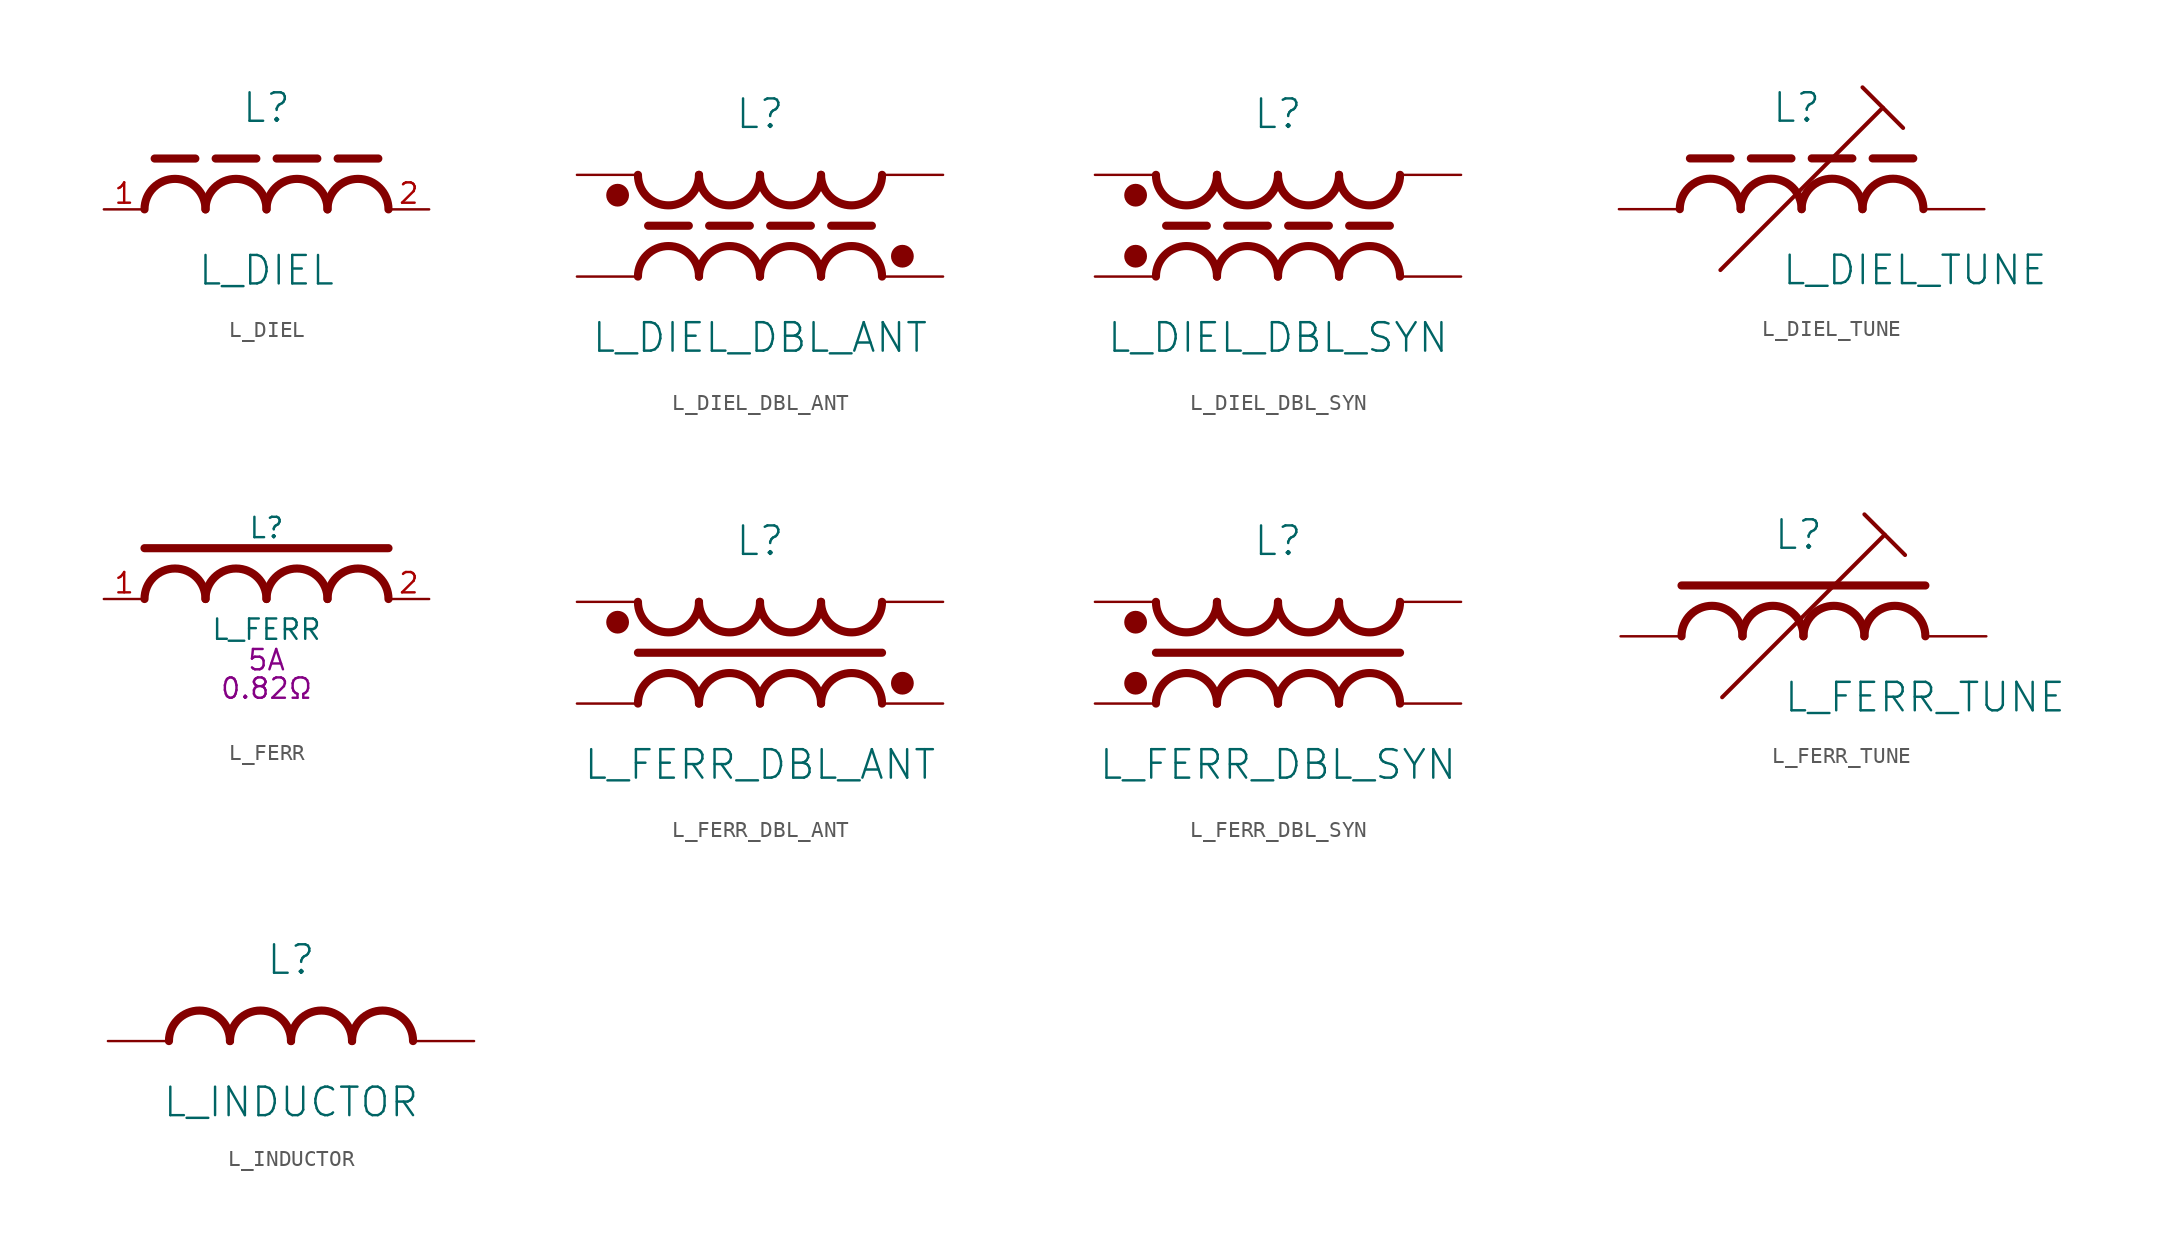
<source format=kicad_sym>
(kicad_symbol_lib
  (version 20211014)
  (generator kicad_symbol_editor)
  (symbol "L_DIEL"
    (pin_names
      (offset 0))
    (property "Reference" "L"
      (at 0 6.35 0)
      (effects (font (size 1.778 1.778))))
    (property "Value" "L_DIEL"
      (at 0 -3.81 0)
      (effects (font (size 1.778 1.778))))
    (symbol "L_DIEL_0_1"
      (arc (start -3.81 0) (mid -5.715 1.905) (end -7.62 0) (stroke (width 0.508) (type default) (color 0 0 0 0)) (fill (type none)))
      (arc (start 0 0) (mid -1.905 1.905) (end -3.81 0) (stroke (width 0.508) (type default) (color 0 0 0 0)) (fill (type none)))
      (polyline (pts (xy -6.985 3.175) (xy -4.445 3.175)) (stroke (width 0.508) (type default) (color 0 0 0 0)) (fill (type none)))
      (polyline (pts (xy -3.175 3.175) (xy -0.635 3.175)) (stroke (width 0.508) (type default) (color 0 0 0 0)) (fill (type none)))
      (polyline (pts (xy 0.635 3.175) (xy 3.175 3.175)) (stroke (width 0.508) (type default) (color 0 0 0 0)) (fill (type none)))
      (polyline (pts (xy 4.445 3.175) (xy 6.985 3.175)) (stroke (width 0.508) (type default) (color 0 0 0 0)) (fill (type none)))
      (arc (start 3.81 0) (mid 1.905 1.905) (end 0 0) (stroke (width 0.508) (type default) (color 0 0 0 0)) (fill (type none)))
      (arc (start 7.62 0) (mid 5.715 1.905) (end 3.81 0) (stroke (width 0.508) (type default) (color 0 0 0 0)) (fill (type none))))
    (symbol "L_DIEL_1_1"
      (pin passive line (at -10.16 0 0) (length 2.54) (name "~" (effects (font (size 1.27 1.27)))) (number "1" (effects (font (size 1.27 1.27)))))
      (pin passive line (at 10.16 0 180) (length 2.54) (name "~" (effects (font (size 1.27 1.27)))) (number "2" (effects (font (size 1.27 1.27)))))))
  (symbol "L_DIEL_DBL_ANT"
    (pin_names
      (offset 0))
    (property "Reference" "L"
      (at 0 7.62 0)
      (effects (font (size 1.778 1.778))))
    (property "Value" "L_DIEL_DBL_ANT"
      (at 0 -6.35 0)
      (effects (font (size 1.778 1.778))))
    (symbol "L_DIEL_DBL_ANT_0_1"
      (circle (center -8.89 2.54) (radius 0.635) (stroke (width 0) (type default) (color 0 0 0 0)) (fill (type outline)))
      (arc (start -7.62 3.81) (mid -5.715 1.905) (end -3.81 3.81) (stroke (width 0.508) (type default) (color 0 0 0 0)) (fill (type none)))
      (arc (start -3.81 -2.54) (mid -5.715 -0.635) (end -7.62 -2.54) (stroke (width 0.508) (type default) (color 0 0 0 0)) (fill (type none)))
      (arc (start -3.81 3.81) (mid -1.905 1.905) (end 0 3.81) (stroke (width 0.508) (type default) (color 0 0 0 0)) (fill (type none)))
      (arc (start 0 -2.54) (mid -1.905 -0.635) (end -3.81 -2.54) (stroke (width 0.508) (type default) (color 0 0 0 0)) (fill (type none)))
      (polyline (pts (xy -11.43 -2.54) (xy -7.62 -2.54)) (stroke (width 0) (type default) (color 0 0 0 0)) (fill (type none)))
      (polyline (pts (xy -11.43 3.81) (xy -7.62 3.81)) (stroke (width 0) (type default) (color 0 0 0 0)) (fill (type none)))
      (polyline (pts (xy -6.985 0.635) (xy -4.445 0.635)) (stroke (width 0.508) (type default) (color 0 0 0 0)) (fill (type none)))
      (polyline (pts (xy -3.175 0.635) (xy -0.635 0.635)) (stroke (width 0.508) (type default) (color 0 0 0 0)) (fill (type none)))
      (polyline (pts (xy 0.635 0.635) (xy 3.175 0.635)) (stroke (width 0.508) (type default) (color 0 0 0 0)) (fill (type none)))
      (polyline (pts (xy 4.445 0.635) (xy 6.985 0.635)) (stroke (width 0.508) (type default) (color 0 0 0 0)) (fill (type none)))
      (polyline (pts (xy 7.62 -2.54) (xy 11.43 -2.54)) (stroke (width 0) (type default) (color 0 0 0 0)) (fill (type none)))
      (polyline (pts (xy 7.62 3.81) (xy 11.43 3.81)) (stroke (width 0) (type default) (color 0 0 0 0)) (fill (type none)))
      (arc (start 0 3.81) (mid 1.905 1.905) (end 3.81 3.81) (stroke (width 0.508) (type default) (color 0 0 0 0)) (fill (type none)))
      (arc (start 3.81 -2.54) (mid 1.905 -0.635) (end 0 -2.54) (stroke (width 0.508) (type default) (color 0 0 0 0)) (fill (type none)))
      (arc (start 3.81 3.81) (mid 5.715 1.905) (end 7.62 3.81) (stroke (width 0.508) (type default) (color 0 0 0 0)) (fill (type none)))
      (arc (start 7.62 -2.54) (mid 5.715 -0.635) (end 3.81 -2.54) (stroke (width 0.508) (type default) (color 0 0 0 0)) (fill (type none)))
      (circle (center 8.89 -1.27) (radius 0.635) (stroke (width 0) (type default) (color 0 0 0 0)) (fill (type outline))))
    (symbol "L_DIEL_DBL_ANT_1_1"
      (pin passive line (at -11.43 3.81 0) (length 2.54) hide (name "~" (effects (font (size 1.27 1.27)))) (number "1" (effects (font (size 1.27 1.27)))))
      (pin passive line (at 11.43 3.81 180) (length 2.54) hide (name "~" (effects (font (size 1.27 1.27)))) (number "2" (effects (font (size 1.27 1.27)))))
      (pin passive line (at -11.43 -2.54 0) (length 2.54) hide (name "~" (effects (font (size 1.27 1.27)))) (number "3" (effects (font (size 1.27 1.27)))))
      (pin passive line (at 11.43 -2.54 180) (length 2.54) hide (name "~" (effects (font (size 1.27 1.27)))) (number "4" (effects (font (size 1.27 1.27)))))))
  (symbol "L_DIEL_DBL_SYN"
    (pin_names
      (offset 0))
    (property "Reference" "L"
      (at 0 7.62 0)
      (effects (font (size 1.778 1.778))))
    (property "Value" "L_DIEL_DBL_SYN"
      (at 0 -6.35 0)
      (effects (font (size 1.778 1.778))))
    (symbol "L_DIEL_DBL_SYN_0_1"
      (circle (center -8.89 -1.27) (radius 0.635) (stroke (width 0) (type default) (color 0 0 0 0)) (fill (type outline)))
      (circle (center -8.89 2.54) (radius 0.635) (stroke (width 0) (type default) (color 0 0 0 0)) (fill (type outline)))
      (arc (start -7.62 3.81) (mid -5.715 1.905) (end -3.81 3.81) (stroke (width 0.508) (type default) (color 0 0 0 0)) (fill (type none)))
      (arc (start -3.81 -2.54) (mid -5.715 -0.635) (end -7.62 -2.54) (stroke (width 0.508) (type default) (color 0 0 0 0)) (fill (type none)))
      (arc (start -3.81 3.81) (mid -1.905 1.905) (end 0 3.81) (stroke (width 0.508) (type default) (color 0 0 0 0)) (fill (type none)))
      (arc (start 0 -2.54) (mid -1.905 -0.635) (end -3.81 -2.54) (stroke (width 0.508) (type default) (color 0 0 0 0)) (fill (type none)))
      (polyline (pts (xy -11.43 -2.54) (xy -7.62 -2.54)) (stroke (width 0) (type default) (color 0 0 0 0)) (fill (type none)))
      (polyline (pts (xy -11.43 3.81) (xy -7.62 3.81)) (stroke (width 0) (type default) (color 0 0 0 0)) (fill (type none)))
      (polyline (pts (xy -6.985 0.635) (xy -4.445 0.635)) (stroke (width 0.508) (type default) (color 0 0 0 0)) (fill (type none)))
      (polyline (pts (xy -3.175 0.635) (xy -0.635 0.635)) (stroke (width 0.508) (type default) (color 0 0 0 0)) (fill (type none)))
      (polyline (pts (xy 0.635 0.635) (xy 3.175 0.635)) (stroke (width 0.508) (type default) (color 0 0 0 0)) (fill (type none)))
      (polyline (pts (xy 4.445 0.635) (xy 6.985 0.635)) (stroke (width 0.508) (type default) (color 0 0 0 0)) (fill (type none)))
      (polyline (pts (xy 7.62 -2.54) (xy 11.43 -2.54)) (stroke (width 0) (type default) (color 0 0 0 0)) (fill (type none)))
      (polyline (pts (xy 7.62 3.81) (xy 11.43 3.81)) (stroke (width 0) (type default) (color 0 0 0 0)) (fill (type none)))
      (arc (start 0 3.81) (mid 1.905 1.905) (end 3.81 3.81) (stroke (width 0.508) (type default) (color 0 0 0 0)) (fill (type none)))
      (arc (start 3.81 -2.54) (mid 1.905 -0.635) (end 0 -2.54) (stroke (width 0.508) (type default) (color 0 0 0 0)) (fill (type none)))
      (arc (start 3.81 3.81) (mid 5.715 1.905) (end 7.62 3.81) (stroke (width 0.508) (type default) (color 0 0 0 0)) (fill (type none)))
      (arc (start 7.62 -2.54) (mid 5.715 -0.635) (end 3.81 -2.54) (stroke (width 0.508) (type default) (color 0 0 0 0)) (fill (type none))))
    (symbol "L_DIEL_DBL_SYN_1_1"
      (pin passive line (at -11.43 3.81 0) (length 2.54) hide (name "~" (effects (font (size 1.27 1.27)))) (number "1" (effects (font (size 1.27 1.27)))))
      (pin passive line (at 11.43 3.81 180) (length 2.54) hide (name "~" (effects (font (size 1.27 1.27)))) (number "2" (effects (font (size 1.27 1.27)))))
      (pin passive line (at -11.43 -2.54 0) (length 2.54) hide (name "~" (effects (font (size 1.27 1.27)))) (number "3" (effects (font (size 1.27 1.27)))))
      (pin passive line (at 11.43 -2.54 180) (length 2.54) hide (name "~" (effects (font (size 1.27 1.27)))) (number "4" (effects (font (size 1.27 1.27)))))))
  (symbol "L_DIEL_TUNE"
    (pin_names
      (offset 0))
    (property "Reference" "L"
      (at 1.27 6.35 0)
      (effects (font (size 1.778 1.778)) (justify right)))
    (property "Value" "L_DIEL_TUNE"
      (at -1.27 -3.81 0)
      (effects (font (size 1.778 1.778)) (justify left)))
    (symbol "L_DIEL_TUNE_0_1"
      (arc (start -3.81 0) (mid -5.715 1.905) (end -7.62 0) (stroke (width 0.508) (type default) (color 0 0 0 0)) (fill (type none)))
      (arc (start 0 0) (mid -1.905 1.905) (end -3.81 0) (stroke (width 0.508) (type default) (color 0 0 0 0)) (fill (type none)))
      (polyline (pts (xy -11.43 0) (xy -7.62 0)) (stroke (width 0) (type default) (color 0 0 0 0)) (fill (type none)))
      (polyline (pts (xy -6.985 3.175) (xy -4.445 3.175)) (stroke (width 0.508) (type default) (color 0 0 0 0)) (fill (type none)))
      (polyline (pts (xy -3.175 3.175) (xy -0.635 3.175)) (stroke (width 0.508) (type default) (color 0 0 0 0)) (fill (type none)))
      (polyline (pts (xy 0.635 3.175) (xy 3.175 3.175)) (stroke (width 0.508) (type default) (color 0 0 0 0)) (fill (type none)))
      (polyline (pts (xy 3.81 7.62) (xy 6.35 5.08)) (stroke (width 0.254) (type default) (color 0 0 0 0)) (fill (type none)))
      (polyline (pts (xy 4.445 3.175) (xy 6.985 3.175)) (stroke (width 0.508) (type default) (color 0 0 0 0)) (fill (type none)))
      (polyline (pts (xy 5.08 6.35) (xy -5.08 -3.81)) (stroke (width 0.254) (type default) (color 0 0 0 0)) (fill (type none)))
      (polyline (pts (xy 7.62 0) (xy 11.43 0)) (stroke (width 0) (type default) (color 0 0 0 0)) (fill (type none)))
      (arc (start 3.81 0) (mid 1.905 1.905) (end 0 0) (stroke (width 0.508) (type default) (color 0 0 0 0)) (fill (type none)))
      (arc (start 7.62 0) (mid 5.715 1.905) (end 3.81 0) (stroke (width 0.508) (type default) (color 0 0 0 0)) (fill (type none))))
    (symbol "L_DIEL_TUNE_1_1"
      (pin passive line (at -11.43 0 0) (length 2.54) hide (name "~" (effects (font (size 1.27 1.27)))) (number "1" (effects (font (size 1.27 1.27)))))
      (pin passive line (at 11.43 0 180) (length 2.54) hide (name "~" (effects (font (size 1.27 1.27)))) (number "2" (effects (font (size 1.27 1.27)))))))
  (symbol "L_FERR"
    (pin_names
      (offset 0))
    (property "Reference" "L"
      (at 0 4.445 0)
      (effects (font (size 1.27 1.27))))
    (property "Value" "L_FERR"
      (at 0 -1.905 0)
      (effects (font (size 1.27 1.27))))
    (property "Current" "5A"
      (at 0 -3.81 0)
      (effects (font (size 1.27 1.27))))
    (property "Resistance" "0.82Ω"
      (at 0 -5.588 0)
      (effects (font (size 1.27 1.27))))
    (property "Case/Package" ""
      (at 0 -7.112 0)
      (effects (font (size 1.27 1.27))))
    (property "MPN" ""
      (at 0 0 0)
      (effects (font (size 1.27 1.27))))
    (property "Assembly" ""
      (at 0 -5.715 0)
      (effects (font (size 1.27 1.27))))
    (symbol "L_FERR_0_1"
      (arc (start -3.81 0) (mid -5.715 1.905) (end -7.62 0) (stroke (width 0.508) (type default) (color 0 0 0 0)) (fill (type none)))
      (arc (start 0 0) (mid -1.905 1.905) (end -3.81 0) (stroke (width 0.508) (type default) (color 0 0 0 0)) (fill (type none)))
      (polyline (pts (xy -7.62 3.175) (xy 7.62 3.175)) (stroke (width 0.508) (type default) (color 0 0 0 0)) (fill (type none)))
      (arc (start 3.81 0) (mid 1.905 1.905) (end 0 0) (stroke (width 0.508) (type default) (color 0 0 0 0)) (fill (type none)))
      (arc (start 7.62 0) (mid 5.715 1.905) (end 3.81 0) (stroke (width 0.508) (type default) (color 0 0 0 0)) (fill (type none))))
    (symbol "L_FERR_1_1"
      (pin passive line (at -10.16 0 0) (length 2.54) (name "~" (effects (font (size 1.27 1.27)))) (number "1" (effects (font (size 1.27 1.27)))))
      (pin passive line (at 10.16 0 180) (length 2.54) (name "~" (effects (font (size 1.27 1.27)))) (number "2" (effects (font (size 1.27 1.27)))))))
  (symbol "L_FERR_DBL_ANT"
    (pin_names
      (offset 0))
    (property "Reference" "L"
      (at 0 7.62 0)
      (effects (font (size 1.778 1.778))))
    (property "Value" "L_FERR_DBL_ANT"
      (at 0 -6.35 0)
      (effects (font (size 1.778 1.778))))
    (symbol "L_FERR_DBL_ANT_0_1"
      (circle (center -8.89 2.54) (radius 0.635) (stroke (width 0) (type default) (color 0 0 0 0)) (fill (type outline)))
      (arc (start -7.62 3.81) (mid -5.715 1.905) (end -3.81 3.81) (stroke (width 0.508) (type default) (color 0 0 0 0)) (fill (type none)))
      (arc (start -3.81 -2.54) (mid -5.715 -0.635) (end -7.62 -2.54) (stroke (width 0.508) (type default) (color 0 0 0 0)) (fill (type none)))
      (arc (start -3.81 3.81) (mid -1.905 1.905) (end 0 3.81) (stroke (width 0.508) (type default) (color 0 0 0 0)) (fill (type none)))
      (arc (start 0 -2.54) (mid -1.905 -0.635) (end -3.81 -2.54) (stroke (width 0.508) (type default) (color 0 0 0 0)) (fill (type none)))
      (polyline (pts (xy -11.43 -2.54) (xy -7.62 -2.54)) (stroke (width 0) (type default) (color 0 0 0 0)) (fill (type none)))
      (polyline (pts (xy -11.43 3.81) (xy -7.62 3.81)) (stroke (width 0) (type default) (color 0 0 0 0)) (fill (type none)))
      (polyline (pts (xy -7.62 0.635) (xy 7.62 0.635)) (stroke (width 0.508) (type default) (color 0 0 0 0)) (fill (type none)))
      (polyline (pts (xy 7.62 -2.54) (xy 11.43 -2.54)) (stroke (width 0) (type default) (color 0 0 0 0)) (fill (type none)))
      (polyline (pts (xy 7.62 3.81) (xy 11.43 3.81)) (stroke (width 0) (type default) (color 0 0 0 0)) (fill (type none)))
      (arc (start 0 3.81) (mid 1.905 1.905) (end 3.81 3.81) (stroke (width 0.508) (type default) (color 0 0 0 0)) (fill (type none)))
      (arc (start 3.81 -2.54) (mid 1.905 -0.635) (end 0 -2.54) (stroke (width 0.508) (type default) (color 0 0 0 0)) (fill (type none)))
      (arc (start 3.81 3.81) (mid 5.715 1.905) (end 7.62 3.81) (stroke (width 0.508) (type default) (color 0 0 0 0)) (fill (type none)))
      (arc (start 7.62 -2.54) (mid 5.715 -0.635) (end 3.81 -2.54) (stroke (width 0.508) (type default) (color 0 0 0 0)) (fill (type none)))
      (circle (center 8.89 -1.27) (radius 0.635) (stroke (width 0) (type default) (color 0 0 0 0)) (fill (type outline))))
    (symbol "L_FERR_DBL_ANT_1_1"
      (pin passive line (at -11.43 3.81 0) (length 2.54) hide (name "~" (effects (font (size 1.27 1.27)))) (number "1" (effects (font (size 1.27 1.27)))))
      (pin passive line (at 11.43 3.81 180) (length 2.54) hide (name "~" (effects (font (size 1.27 1.27)))) (number "2" (effects (font (size 1.27 1.27)))))
      (pin passive line (at -11.43 -2.54 0) (length 2.54) hide (name "~" (effects (font (size 1.27 1.27)))) (number "3" (effects (font (size 1.27 1.27)))))
      (pin passive line (at 11.43 -2.54 180) (length 2.54) hide (name "~" (effects (font (size 1.27 1.27)))) (number "4" (effects (font (size 1.27 1.27)))))))
  (symbol "L_FERR_DBL_SYN"
    (pin_names
      (offset 0))
    (property "Reference" "L"
      (at 0 7.62 0)
      (effects (font (size 1.778 1.778))))
    (property "Value" "L_FERR_DBL_SYN"
      (at 0 -6.35 0)
      (effects (font (size 1.778 1.778))))
    (symbol "L_FERR_DBL_SYN_0_1"
      (circle (center -8.89 -1.27) (radius 0.635) (stroke (width 0) (type default) (color 0 0 0 0)) (fill (type outline)))
      (circle (center -8.89 2.54) (radius 0.635) (stroke (width 0) (type default) (color 0 0 0 0)) (fill (type outline)))
      (arc (start -7.62 3.81) (mid -5.715 1.905) (end -3.81 3.81) (stroke (width 0.508) (type default) (color 0 0 0 0)) (fill (type none)))
      (arc (start -3.81 -2.54) (mid -5.715 -0.635) (end -7.62 -2.54) (stroke (width 0.508) (type default) (color 0 0 0 0)) (fill (type none)))
      (arc (start -3.81 3.81) (mid -1.905 1.905) (end 0 3.81) (stroke (width 0.508) (type default) (color 0 0 0 0)) (fill (type none)))
      (arc (start 0 -2.54) (mid -1.905 -0.635) (end -3.81 -2.54) (stroke (width 0.508) (type default) (color 0 0 0 0)) (fill (type none)))
      (polyline (pts (xy -11.43 -2.54) (xy -7.62 -2.54)) (stroke (width 0) (type default) (color 0 0 0 0)) (fill (type none)))
      (polyline (pts (xy -11.43 3.81) (xy -7.62 3.81)) (stroke (width 0) (type default) (color 0 0 0 0)) (fill (type none)))
      (polyline (pts (xy -7.62 0.635) (xy 7.62 0.635)) (stroke (width 0.508) (type default) (color 0 0 0 0)) (fill (type none)))
      (polyline (pts (xy 7.62 -2.54) (xy 11.43 -2.54)) (stroke (width 0) (type default) (color 0 0 0 0)) (fill (type none)))
      (polyline (pts (xy 7.62 3.81) (xy 11.43 3.81)) (stroke (width 0) (type default) (color 0 0 0 0)) (fill (type none)))
      (arc (start 0 3.81) (mid 1.905 1.905) (end 3.81 3.81) (stroke (width 0.508) (type default) (color 0 0 0 0)) (fill (type none)))
      (arc (start 3.81 -2.54) (mid 1.905 -0.635) (end 0 -2.54) (stroke (width 0.508) (type default) (color 0 0 0 0)) (fill (type none)))
      (arc (start 3.81 3.81) (mid 5.715 1.905) (end 7.62 3.81) (stroke (width 0.508) (type default) (color 0 0 0 0)) (fill (type none)))
      (arc (start 7.62 -2.54) (mid 5.715 -0.635) (end 3.81 -2.54) (stroke (width 0.508) (type default) (color 0 0 0 0)) (fill (type none))))
    (symbol "L_FERR_DBL_SYN_1_1"
      (pin passive line (at -11.43 3.81 0) (length 2.54) hide (name "~" (effects (font (size 1.27 1.27)))) (number "1" (effects (font (size 1.27 1.27)))))
      (pin passive line (at 11.43 3.81 180) (length 2.54) hide (name "~" (effects (font (size 1.27 1.27)))) (number "2" (effects (font (size 1.27 1.27)))))
      (pin passive line (at -11.43 -2.54 0) (length 2.54) hide (name "~" (effects (font (size 1.27 1.27)))) (number "3" (effects (font (size 1.27 1.27)))))
      (pin passive line (at 11.43 -2.54 180) (length 2.54) hide (name "~" (effects (font (size 1.27 1.27)))) (number "4" (effects (font (size 1.27 1.27)))))))
  (symbol "L_FERR_TUNE"
    (pin_names
      (offset 0))
    (property "Reference" "L"
      (at 1.27 6.35 0)
      (effects (font (size 1.778 1.778)) (justify right)))
    (property "Value" "L_FERR_TUNE"
      (at -1.27 -3.81 0)
      (effects (font (size 1.778 1.778)) (justify left)))
    (symbol "L_FERR_TUNE_0_1"
      (arc (start -3.81 0) (mid -5.715 1.905) (end -7.62 0) (stroke (width 0.508) (type default) (color 0 0 0 0)) (fill (type none)))
      (arc (start 0 0) (mid -1.905 1.905) (end -3.81 0) (stroke (width 0.508) (type default) (color 0 0 0 0)) (fill (type none)))
      (polyline (pts (xy -11.43 0) (xy -7.62 0)) (stroke (width 0) (type default) (color 0 0 0 0)) (fill (type none)))
      (polyline (pts (xy -7.62 3.175) (xy 7.62 3.175)) (stroke (width 0.508) (type default) (color 0 0 0 0)) (fill (type none)))
      (polyline (pts (xy 3.81 7.62) (xy 6.35 5.08)) (stroke (width 0.254) (type default) (color 0 0 0 0)) (fill (type none)))
      (polyline (pts (xy 5.08 6.35) (xy -5.08 -3.81)) (stroke (width 0.254) (type default) (color 0 0 0 0)) (fill (type none)))
      (polyline (pts (xy 7.62 0) (xy 11.43 0)) (stroke (width 0) (type default) (color 0 0 0 0)) (fill (type none)))
      (arc (start 3.81 0) (mid 1.905 1.905) (end 0 0) (stroke (width 0.508) (type default) (color 0 0 0 0)) (fill (type none)))
      (arc (start 7.62 0) (mid 5.715 1.905) (end 3.81 0) (stroke (width 0.508) (type default) (color 0 0 0 0)) (fill (type none))))
    (symbol "L_FERR_TUNE_1_1"
      (pin passive line (at -11.43 0 0) (length 2.54) hide (name "~" (effects (font (size 1.27 1.27)))) (number "1" (effects (font (size 1.27 1.27)))))
      (pin passive line (at 11.43 0 180) (length 2.54) hide (name "~" (effects (font (size 1.27 1.27)))) (number "2" (effects (font (size 1.27 1.27)))))))
  (symbol "L_INDUCTOR"
    (pin_names
      (offset 0))
    (property "Reference" "L"
      (at 0 5.08 0)
      (effects (font (size 1.778 1.778))))
    (property "Value" "L_INDUCTOR"
      (at 0 -3.81 0)
      (effects (font (size 1.778 1.778))))
    (symbol "L_INDUCTOR_0_1"
      (arc (start -3.81 0) (mid -5.715 1.905) (end -7.62 0) (stroke (width 0.508) (type default) (color 0 0 0 0)) (fill (type none)))
      (arc (start 0 0) (mid -1.905 1.905) (end -3.81 0) (stroke (width 0.508) (type default) (color 0 0 0 0)) (fill (type none)))
      (polyline (pts (xy -11.43 0) (xy -7.62 0)) (stroke (width 0) (type default) (color 0 0 0 0)) (fill (type none)))
      (polyline (pts (xy 7.62 0) (xy 11.43 0)) (stroke (width 0) (type default) (color 0 0 0 0)) (fill (type none)))
      (arc (start 3.81 0) (mid 1.905 1.905) (end 0 0) (stroke (width 0.508) (type default) (color 0 0 0 0)) (fill (type none)))
      (arc (start 7.62 0) (mid 5.715 1.905) (end 3.81 0) (stroke (width 0.508) (type default) (color 0 0 0 0)) (fill (type none))))
    (symbol "L_INDUCTOR_1_1"
      (pin passive line (at -11.43 0 0) (length 2.54) hide (name "~" (effects (font (size 1.27 1.27)))) (number "1" (effects (font (size 1.27 1.27)))))
      (pin passive line (at 11.43 0 180) (length 2.54) hide (name "~" (effects (font (size 1.27 1.27)))) (number "2" (effects (font (size 1.27 1.27))))))))
</source>
